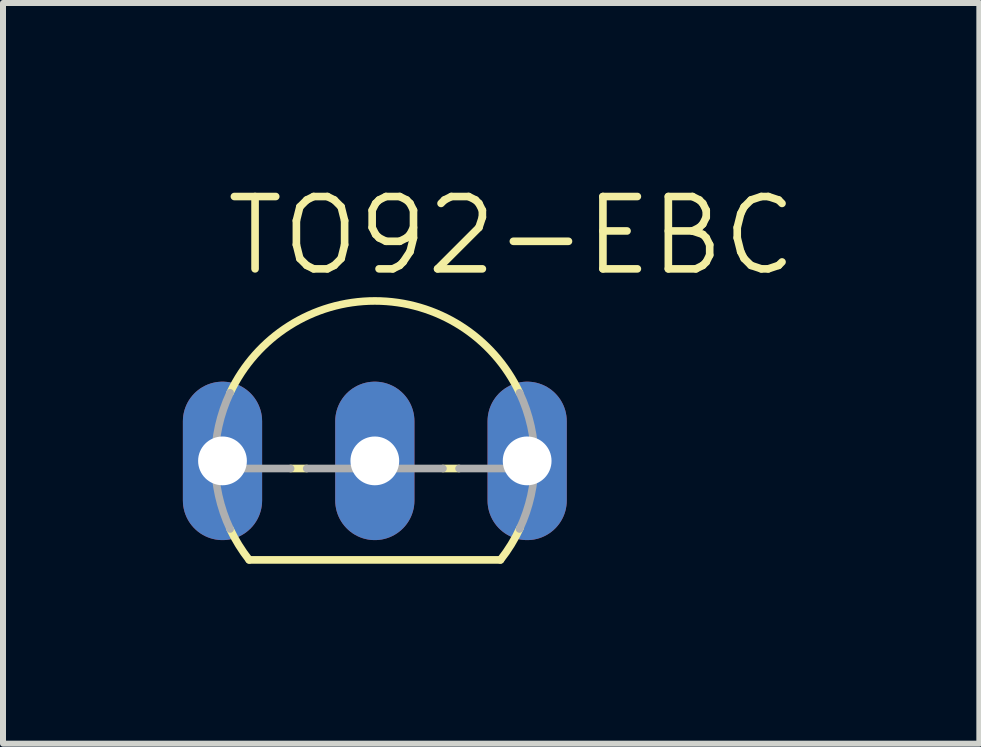
<source format=kicad_pcb>
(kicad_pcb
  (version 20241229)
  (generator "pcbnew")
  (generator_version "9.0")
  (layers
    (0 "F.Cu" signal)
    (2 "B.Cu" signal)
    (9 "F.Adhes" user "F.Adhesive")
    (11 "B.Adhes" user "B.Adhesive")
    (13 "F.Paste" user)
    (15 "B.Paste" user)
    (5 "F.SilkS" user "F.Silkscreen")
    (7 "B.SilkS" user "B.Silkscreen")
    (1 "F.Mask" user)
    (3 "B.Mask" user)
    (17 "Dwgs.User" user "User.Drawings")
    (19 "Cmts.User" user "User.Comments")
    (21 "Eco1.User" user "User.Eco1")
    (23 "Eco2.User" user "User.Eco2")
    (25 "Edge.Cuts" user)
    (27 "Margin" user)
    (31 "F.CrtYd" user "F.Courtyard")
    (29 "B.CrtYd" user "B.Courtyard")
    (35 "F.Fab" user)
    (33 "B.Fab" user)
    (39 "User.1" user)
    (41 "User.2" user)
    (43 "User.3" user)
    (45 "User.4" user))
  (footprint "TO92-EBC"
    (layer "F.Cu")
    (at 3.2 3.365)
    (property "Reference" "TO92-EBC" (at -2.54 -1.778 0) (layer "F.SilkS") (effects (font (size 1.206 1.206) (thickness 0.127)) (justify left bottom)))
    (attr through_hole)
    (fp_line (start -2.095 2.921) (end 2.095 2.921) (stroke (width 0.127) (type solid)) (layer "F.SilkS"))
    (fp_line (start -1.136 1.397) (end -1.404 1.397) (stroke (width 0.127) (type solid)) (layer "F.SilkS"))
    (fp_line (start 1.404 1.397) (end 1.136 1.397) (stroke (width 0.127) (type solid)) (layer "F.SilkS"))
    (fp_arc (start -2.413 0.1341) (mid -0.000001 -1.396986) (end 2.412999 0.134099) (stroke (width 0.127) (type solid)) (layer "F.SilkS"))
    (fp_arc (start -2.095 2.921) (mid -2.268918 2.67252) (end -2.4135 2.4059) (stroke (width 0.127) (type solid)) (layer "F.SilkS"))
    (fp_arc (start 2.4247 2.3818) (mid 2.275878 2.661201) (end 2.095 2.921) (stroke (width 0.127) (type solid)) (layer "F.SilkS"))
    (fp_line (start -1.404 1.397) (end -2.664 1.397) (stroke (width 0.127) (type solid)) (layer "F.Fab"))
    (fp_line (start 1.136 1.397) (end -1.136 1.397) (stroke (width 0.127) (type solid)) (layer "F.Fab"))
    (fp_line (start 2.664 1.397) (end 1.404 1.397) (stroke (width 0.127) (type solid)) (layer "F.Fab"))
    (fp_arc (start -2.413 2.4059) (mid -2.666991 1.27) (end -2.413 0.1341) (stroke (width 0.127) (type solid)) (layer "F.Fab"))
    (fp_arc (start 2.413 0.1341) (mid 2.666991 1.27) (end 2.413 2.4059) (stroke (width 0.127) (type solid)) (layer "F.Fab"))
    (pad "B" thru_hole oval (at 0 1.27 90) (size 2.642 1.321) (drill 0.813) (layers "*.Cu" "*.Mask"))
    (pad "C" thru_hole oval (at -2.54 1.27 90) (size 2.642 1.321) (drill 0.813) (layers "*.Cu" "*.Mask"))
    (pad "E" thru_hole oval (at 2.54 1.27 90) (size 2.642 1.321) (drill 0.813) (layers "*.Cu" "*.Mask")))
  (gr_rect
    (start -3 -3)
    (end 13.28 9.35)
    (stroke (width 0.1) (type default))
    (fill no)
    (layer "Edge.Cuts")))
</source>
